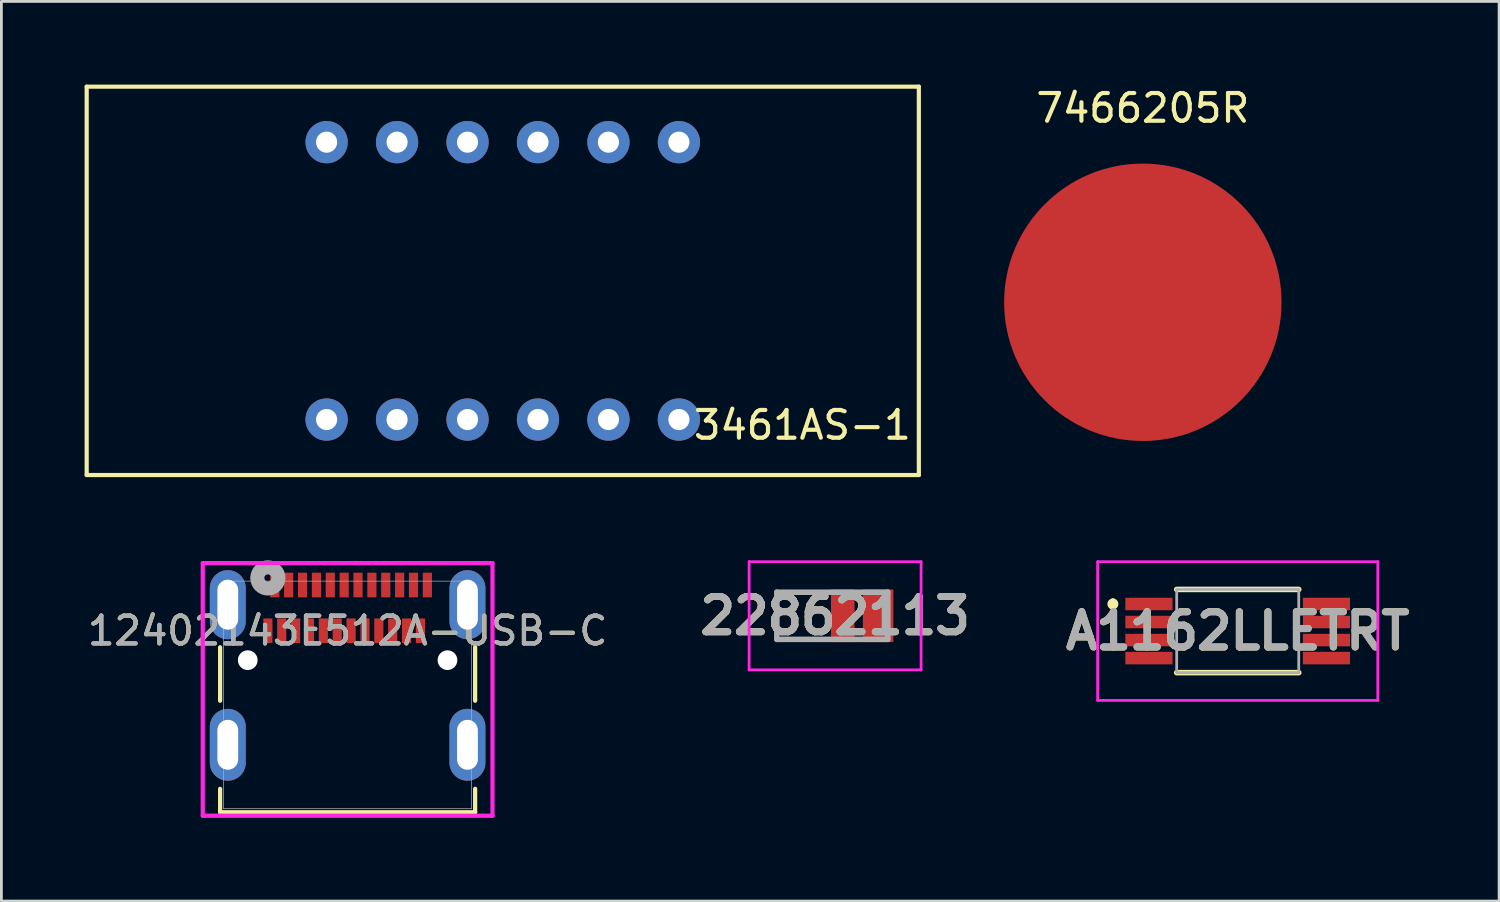
<source format=kicad_pcb>
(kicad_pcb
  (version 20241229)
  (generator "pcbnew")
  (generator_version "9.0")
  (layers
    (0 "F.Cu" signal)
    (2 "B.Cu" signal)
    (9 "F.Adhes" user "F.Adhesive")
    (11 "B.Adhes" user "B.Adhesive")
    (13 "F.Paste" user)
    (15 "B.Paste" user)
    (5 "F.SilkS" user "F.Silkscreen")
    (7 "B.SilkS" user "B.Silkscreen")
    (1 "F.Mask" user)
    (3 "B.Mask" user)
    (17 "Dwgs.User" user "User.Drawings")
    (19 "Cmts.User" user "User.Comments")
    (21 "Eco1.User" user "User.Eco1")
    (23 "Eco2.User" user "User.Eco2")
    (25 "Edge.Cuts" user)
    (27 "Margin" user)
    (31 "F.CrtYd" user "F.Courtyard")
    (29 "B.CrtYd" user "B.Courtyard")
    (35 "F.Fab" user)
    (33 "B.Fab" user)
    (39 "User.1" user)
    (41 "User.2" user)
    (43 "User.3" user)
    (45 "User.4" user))
  (footprint "7466205R"
    (layer "F.Cu")
    (at 38.15 7.848)
    (property "Reference" "7466205R" (at 0 -7 0) (unlocked yes) (layer "F.SilkS") (effects (font (size 1 1) (thickness 0.15))))
    (attr smd)
    (pad "1" smd circle (at 0 0) (size 10 10) (layers "F.Cu" "F.Mask" "F.Paste")))
  (footprint "3461AS-1"
    (layer "F.Cu")
    (at 15.075 7.075)
    (property "Reference" "3461AS-1" (at 10.8 5.2 0) (layer "F.SilkS") (effects (font (size 1 1) (thickness 0.15))))
    (attr through_hole)
    (fp_line (start -15 -7) (end 15 -7) (stroke (width 0.15) (type solid)) (layer "F.SilkS"))
    (fp_line (start -15 7) (end -15 -7) (stroke (width 0.15) (type solid)) (layer "F.SilkS"))
    (fp_line (start 15 -7) (end 15 7) (stroke (width 0.15) (type solid)) (layer "F.SilkS"))
    (fp_line (start 15 7) (end -15 7) (stroke (width 0.15) (type solid)) (layer "F.SilkS"))
    (pad "1" thru_hole circle (at -6.35 5) (size 1.524 1.524) (drill 0.762) (layers "*.Cu" "*.Mask"))
    (pad "2" thru_hole circle (at -3.81 5) (size 1.524 1.524) (drill 0.762) (layers "*.Cu" "*.Mask"))
    (pad "3" thru_hole circle (at -1.27 5) (size 1.524 1.524) (drill 0.762) (layers "*.Cu" "*.Mask"))
    (pad "4" thru_hole circle (at 1.27 5) (size 1.524 1.524) (drill 0.762) (layers "*.Cu" "*.Mask"))
    (pad "5" thru_hole circle (at 3.81 5) (size 1.524 1.524) (drill 0.762) (layers "*.Cu" "*.Mask"))
    (pad "6" thru_hole circle (at 6.35 5) (size 1.524 1.524) (drill 0.762) (layers "*.Cu" "*.Mask"))
    (pad "7" thru_hole circle (at 6.35 -5) (size 1.524 1.524) (drill 0.762) (layers "*.Cu" "*.Mask"))
    (pad "8" thru_hole circle (at 3.81 -5) (size 1.524 1.524) (drill 0.762) (layers "*.Cu" "*.Mask"))
    (pad "9" thru_hole circle (at 1.27 -5) (size 1.524 1.524) (drill 0.762) (layers "*.Cu" "*.Mask"))
    (pad "10" thru_hole circle (at -1.27 -5) (size 1.524 1.524) (drill 0.762) (layers "*.Cu" "*.Mask"))
    (pad "11" thru_hole circle (at -3.81 -5) (size 1.524 1.524) (drill 0.762) (layers "*.Cu" "*.Mask"))
    (pad "12" thru_hole circle (at -6.35 -5) (size 1.524 1.524) (drill 0.762) (layers "*.Cu" "*.Mask")))
  (footprint "A1162LLETRT"
    (layer "F.Cu")
    (at 41.571 19.7)
    (property "Reference" "A1162LLETRT" (at 0 0 0) (layer "F.SilkS") (effects (font (size 1.27 1.27) (thickness 0.254))))
    (attr smd)
    (fp_line (start -4.5 -1.075) (end -4.5 -1.075) (stroke (width 0.2) (type solid)) (layer "F.SilkS"))
    (fp_line (start -4.5 -0.875) (end -4.5 -0.875) (stroke (width 0.2) (type solid)) (layer "F.SilkS"))
    (fp_line (start -2.2 -1.5) (end 2.2 -1.5) (stroke (width 0.2) (type solid)) (layer "F.SilkS"))
    (fp_line (start -2.2 1.5) (end 2.2 1.5) (stroke (width 0.2) (type solid)) (layer "F.SilkS"))
    (fp_arc (start -4.5 -1.075) (mid -4.4 -0.975) (end -4.5 -0.875) (stroke (width 0.2) (type solid)) (layer "F.SilkS"))
    (fp_arc (start -4.5 -0.875) (mid -4.6 -0.975) (end -4.5 -1.075) (stroke (width 0.2) (type solid)) (layer "F.SilkS"))
    (fp_line (start -5.05 -2.5) (end 5.05 -2.5) (stroke (width 0.1) (type solid)) (layer "F.CrtYd"))
    (fp_line (start -5.05 2.5) (end -5.05 -2.5) (stroke (width 0.1) (type solid)) (layer "F.CrtYd"))
    (fp_line (start 5.05 -2.5) (end 5.05 2.5) (stroke (width 0.1) (type solid)) (layer "F.CrtYd"))
    (fp_line (start 5.05 2.5) (end -5.05 2.5) (stroke (width 0.1) (type solid)) (layer "F.CrtYd"))
    (fp_line (start -2.2 -1.5) (end 2.2 -1.5) (stroke (width 0.1) (type solid)) (layer "F.Fab"))
    (fp_line (start -2.2 1.5) (end -2.2 -1.5) (stroke (width 0.1) (type solid)) (layer "F.Fab"))
    (fp_line (start 2.2 -1.5) (end 2.2 1.5) (stroke (width 0.1) (type solid)) (layer "F.Fab"))
    (fp_line (start 2.2 1.5) (end -2.2 1.5) (stroke (width 0.1) (type solid)) (layer "F.Fab"))
    (fp_text user "${REFERENCE}" (at 0 0 0) (layer "F.Fab") (effects (font (size 1.27 1.27) (thickness 0.254))))
    (pad "1" smd rect (at -3.2 -0.975 90) (size 0.45 1.7) (layers "F.Cu" "F.Mask" "F.Paste"))
    (pad "2" smd rect (at -3.2 -0.325 90) (size 0.45 1.7) (layers "F.Cu" "F.Mask" "F.Paste"))
    (pad "3" smd rect (at -3.2 0.325 90) (size 0.45 1.7) (layers "F.Cu" "F.Mask" "F.Paste"))
    (pad "4" smd rect (at -3.2 0.975 90) (size 0.45 1.7) (layers "F.Cu" "F.Mask" "F.Paste"))
    (pad "5" smd rect (at 3.2 0.975 90) (size 0.45 1.7) (layers "F.Cu" "F.Mask" "F.Paste"))
    (pad "6" smd rect (at 3.2 0.325 90) (size 0.45 1.7) (layers "F.Cu" "F.Mask" "F.Paste"))
    (pad "7" smd rect (at 3.2 -0.325 90) (size 0.45 1.7) (layers "F.Cu" "F.Mask" "F.Paste"))
    (pad "8" smd rect (at 3.2 -0.975 90) (size 0.45 1.7) (layers "F.Cu" "F.Mask" "F.Paste")))
  (footprint "22862113"
    (layer "F.Cu")
    (at 27.956 19.15)
    (property "Reference" "22862113" (at -0.9 0 0) (layer "F.SilkS") (effects (font (size 1.27 1.27) (thickness 0.254))))
    (attr smd)
    (fp_line (start -3 -0.85) (end -3 0.85) (stroke (width 0.1) (type solid)) (layer "F.SilkS"))
    (fp_line (start -3 0.85) (end -1.2 0.85) (stroke (width 0.1) (type solid)) (layer "F.SilkS"))
    (fp_line (start -1.2 -0.85) (end -3 -0.85) (stroke (width 0.1) (type solid)) (layer "F.SilkS"))
    (fp_line (start -4 -1.95) (end 2.2 -1.95) (stroke (width 0.1) (type solid)) (layer "F.CrtYd"))
    (fp_line (start -4 1.95) (end -4 -1.95) (stroke (width 0.1) (type solid)) (layer "F.CrtYd"))
    (fp_line (start 2.2 -1.95) (end 2.2 1.95) (stroke (width 0.1) (type solid)) (layer "F.CrtYd"))
    (fp_line (start 2.2 1.95) (end -4 1.95) (stroke (width 0.1) (type solid)) (layer "F.CrtYd"))
    (fp_line (start -3 -0.85) (end 1 -0.85) (stroke (width 0.2) (type solid)) (layer "F.Fab"))
    (fp_line (start -3 0.85) (end -3 -0.85) (stroke (width 0.2) (type solid)) (layer "F.Fab"))
    (fp_line (start 1 -0.85) (end 1 0.85) (stroke (width 0.2) (type solid)) (layer "F.Fab"))
    (fp_line (start 1 0.85) (end -3 0.85) (stroke (width 0.2) (type solid)) (layer "F.Fab"))
    (fp_text user "${REFERENCE}" (at -0.9 0 0) (layer "F.Fab") (effects (font (size 1.27 1.27) (thickness 0.254))))
    (pad "1" smd rect (at -0.625 0) (size 0.85 1.9) (layers "F.Cu" "F.Mask" "F.Paste"))
    (pad "2" smd rect (at 0.65 0) (size 1.1 1.9) (layers "F.Cu" "F.Mask" "F.Paste")))
  (footprint "12402143E512A-USB-C"
    (layer "F.Cu")
    (at 9.482 22.002)
    (property "Reference" "12402143E512A-USB-C" (at 0 -2.312 0) (unlocked yes) (layer "F.SilkS") (effects (font (size 1 1) (thickness 0.15))))
    (attr smd)
    (fp_line (start -4.597 -1.715) (end -4.597 0.21) (stroke (width 0.152) (type solid)) (layer "F.SilkS"))
    (fp_line (start -4.597 3.386) (end -4.597 4.229) (stroke (width 0.152) (type solid)) (layer "F.SilkS"))
    (fp_line (start -4.597 4.229) (end 4.597 4.229) (stroke (width 0.152) (type solid)) (layer "F.SilkS"))
    (fp_line (start -3.123 -4.229) (end -3.416 -4.229) (stroke (width 0.152) (type solid)) (layer "F.SilkS"))
    (fp_line (start 4.597 0.21) (end 4.597 -1.715) (stroke (width 0.152) (type solid)) (layer "F.SilkS"))
    (fp_line (start 4.597 4.229) (end 4.597 3.386) (stroke (width 0.152) (type solid)) (layer "F.SilkS"))
    (fp_line (start -5.222 -4.751) (end -5.222 4.356) (stroke (width 0.152) (type solid)) (layer "F.CrtYd"))
    (fp_line (start -5.222 4.356) (end 5.222 4.356) (stroke (width 0.152) (type solid)) (layer "F.CrtYd"))
    (fp_line (start 5.222 -4.751) (end -5.222 -4.751) (stroke (width 0.152) (type solid)) (layer "F.CrtYd"))
    (fp_line (start 5.222 4.356) (end 5.222 -4.751) (stroke (width 0.152) (type solid)) (layer "F.CrtYd"))
    (fp_line (start -4.47 -4.102) (end -4.47 4.102) (stroke (width 0.025) (type solid)) (layer "F.Fab"))
    (fp_line (start -4.47 4.102) (end 4.47 4.102) (stroke (width 0.025) (type solid)) (layer "F.Fab"))
    (fp_line (start 4.47 -4.102) (end -4.47 -4.102) (stroke (width 0.025) (type solid)) (layer "F.Fab"))
    (fp_line (start 4.47 4.102) (end 4.47 -4.102) (stroke (width 0.025) (type solid)) (layer "F.Fab"))
    (fp_circle (center -2.875 -4.217) (end -2.494 -4.217) (stroke (width 0.508) (type solid)) (fill no) (layer "F.Fab"))
    (fp_text user "${REFERENCE}" (at 0 -2.312 0) (unlocked yes) (layer "F.Fab") (effects (font (size 1 1) (thickness 0.15))))
    (pad "" np_thru_hole circle (at -3.6 -1.252) (size 0.711 0.711) (drill 0.711) (layers "*.Cu" "*.Mask"))
    (pad "" np_thru_hole circle (at 3.6 -1.252) (size 0.711 0.711) (drill 0.711) (layers "*.Cu" "*.Mask"))
    (pad "27" thru_hole oval (at -4.32 -3.252) (size 1.295 2.489) (drill oval 0.75 1.8) (layers "*.Cu" "*.Mask"))
    (pad "28" thru_hole oval (at 4.32 -3.252) (size 1.295 2.489) (drill oval 0.75 1.8) (layers "*.Cu" "*.Mask"))
    (pad "29" thru_hole oval (at -4.32 1.798) (size 1.295 2.591) (drill oval 0.75 1.8) (layers "*.Cu" "*.Mask"))
    (pad "30" thru_hole oval (at 4.32 1.798) (size 1.295 2.591) (drill oval 0.75 1.8) (layers "*.Cu" "*.Mask"))
    (pad "A1" smd rect (at -2.625 -3.962) (size 0.33 0.889) (layers "F.Cu" "F.Mask" "F.Paste"))
    (pad "A2" smd rect (at -2.125 -3.962) (size 0.33 0.889) (layers "F.Cu" "F.Mask" "F.Paste"))
    (pad "A3" smd rect (at -1.625 -3.962) (size 0.33 0.889) (layers "F.Cu" "F.Mask" "F.Paste"))
    (pad "A4" smd rect (at -1.125 -3.962) (size 0.33 0.889) (layers "F.Cu" "F.Mask" "F.Paste"))
    (pad "A5" smd rect (at -0.625 -3.962) (size 0.33 0.889) (layers "F.Cu" "F.Mask" "F.Paste"))
    (pad "A6" smd rect (at -0.125 -3.962) (size 0.33 0.889) (layers "F.Cu" "F.Mask" "F.Paste"))
    (pad "A7" smd rect (at 0.375 -3.962) (size 0.33 0.889) (layers "F.Cu" "F.Mask" "F.Paste"))
    (pad "A8" smd rect (at 0.875 -3.962) (size 0.33 0.889) (layers "F.Cu" "F.Mask" "F.Paste"))
    (pad "A9" smd rect (at 1.375 -3.962) (size 0.33 0.889) (layers "F.Cu" "F.Mask" "F.Paste"))
    (pad "A10" smd rect (at 1.875 -3.962) (size 0.33 0.889) (layers "F.Cu" "F.Mask" "F.Paste"))
    (pad "A11" smd rect (at 2.375 -3.962) (size 0.33 0.889) (layers "F.Cu" "F.Mask" "F.Paste"))
    (pad "A12" smd rect (at 2.875 -3.962) (size 0.33 0.889) (layers "F.Cu" "F.Mask" "F.Paste"))
    (pad "B1" smd rect (at 2.625 -2.312) (size 0.33 0.889) (layers "F.Cu" "F.Mask" "F.Paste"))
    (pad "B2" smd rect (at 2.125 -2.312) (size 0.33 0.889) (layers "F.Cu" "F.Mask" "F.Paste"))
    (pad "B3" smd rect (at 1.625 -2.312) (size 0.33 0.889) (layers "F.Cu" "F.Mask" "F.Paste"))
    (pad "B4" smd rect (at 1.125 -2.312) (size 0.33 0.889) (layers "F.Cu" "F.Mask" "F.Paste"))
    (pad "B5" smd rect (at 0.625 -2.312) (size 0.33 0.889) (layers "F.Cu" "F.Mask" "F.Paste"))
    (pad "B6" smd rect (at 0.125 -2.312) (size 0.33 0.889) (layers "F.Cu" "F.Mask" "F.Paste"))
    (pad "B7" smd rect (at -0.375 -2.312) (size 0.33 0.889) (layers "F.Cu" "F.Mask" "F.Paste"))
    (pad "B8" smd rect (at -0.875 -2.312) (size 0.33 0.889) (layers "F.Cu" "F.Mask" "F.Paste"))
    (pad "B9" smd rect (at -1.375 -2.312) (size 0.33 0.889) (layers "F.Cu" "F.Mask" "F.Paste"))
    (pad "B10" smd rect (at -1.875 -2.312) (size 0.33 0.889) (layers "F.Cu" "F.Mask" "F.Paste"))
    (pad "B11" smd rect (at -2.375 -2.312) (size 0.33 0.889) (layers "F.Cu" "F.Mask" "F.Paste"))
    (pad "B12" smd rect (at -2.875 -2.312) (size 0.33 0.889) (layers "F.Cu" "F.Mask" "F.Paste")))
  (gr_rect
    (start -3 -3)
    (end 50.994 29.434)
    (stroke (width 0.1) (type default))
    (fill no)
    (layer "Edge.Cuts")))
</source>
